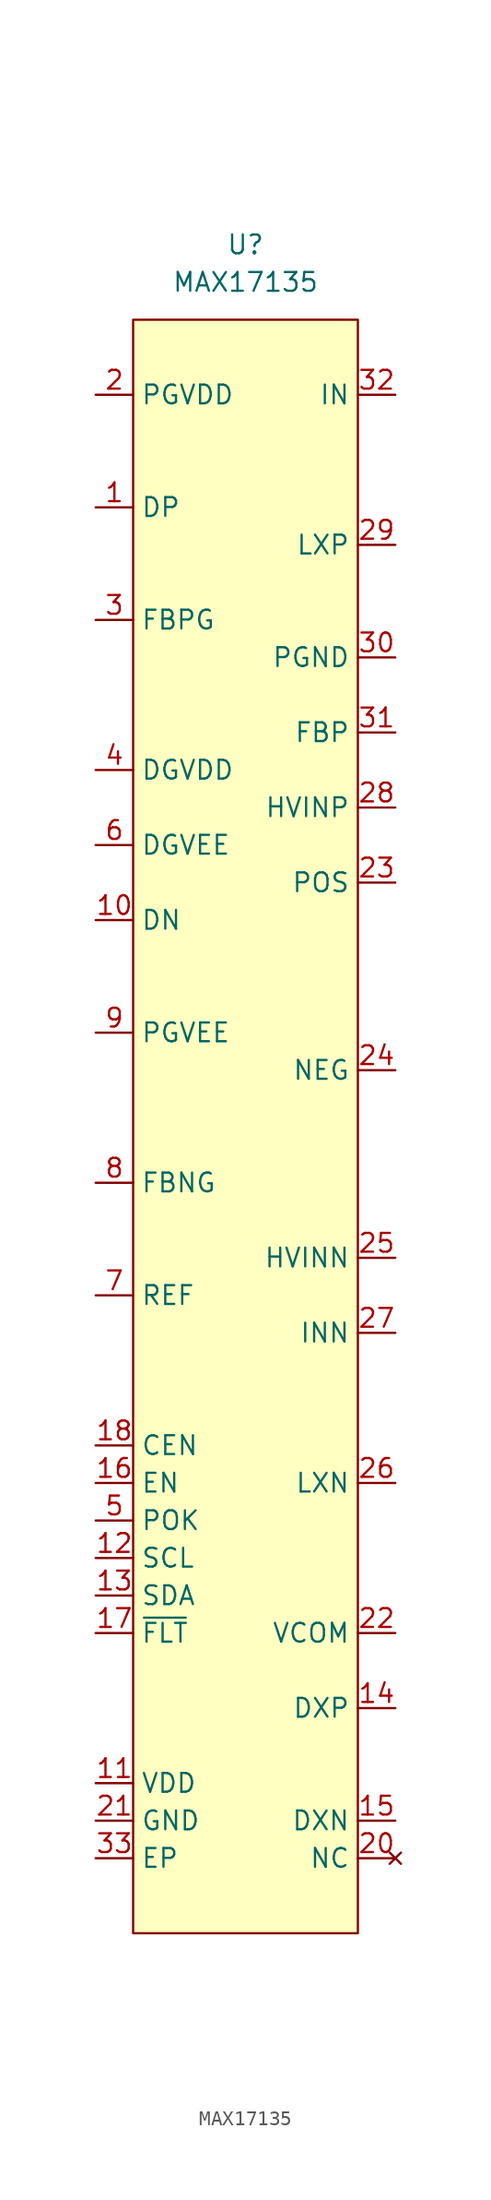
<source format=kicad_sym>
(kicad_symbol_lib
  (version 20220914)
  (generator kicad_symbol_editor)
  (symbol "MAX17135"
    (property "Reference" "U"
      (at 0 0 0)
      (effects (font (size 1.27 1.27))))
    (property "Value" "MAX17135"
      (at 0 -2.54 0)
      (effects (font (size 1.27 1.27))))
    (symbol "MAX17135_0_1"
      (rectangle (start -7.62 -5.08) (end 7.62 -114.3) (stroke (width 0.152) (type default)) (fill (type background))))
    (symbol "MAX17135_1_1"
      (pin input line (at -10.16 -17.78 0) (length 2.54) (name "DP" (effects (font (size 1.27 1.27)))) (number "1" (effects (font (size 1.27 1.27)))))
      (pin input line (at -10.16 -45.72 0) (length 2.54) (name "DN" (effects (font (size 1.27 1.27)))) (number "10" (effects (font (size 1.27 1.27)))))
      (pin input line (at -10.16 -104.14 0) (length 2.54) (name "VDD" (effects (font (size 1.27 1.27)))) (number "11" (effects (font (size 1.27 1.27)))))
      (pin input line (at -10.16 -88.9 0) (length 2.54) (name "SCL" (effects (font (size 1.27 1.27)))) (number "12" (effects (font (size 1.27 1.27)))))
      (pin input line (at -10.16 -91.44 0) (length 2.54) (name "SDA" (effects (font (size 1.27 1.27)))) (number "13" (effects (font (size 1.27 1.27)))))
      (pin input line (at 10.16 -99.06 180) (length 2.54) (name "DXP" (effects (font (size 1.27 1.27)))) (number "14" (effects (font (size 1.27 1.27)))))
      (pin input line (at 10.16 -106.68 180) (length 2.54) (name "DXN" (effects (font (size 1.27 1.27)))) (number "15" (effects (font (size 1.27 1.27)))))
      (pin input line (at -10.16 -83.82 0) (length 2.54) (name "EN" (effects (font (size 1.27 1.27)))) (number "16" (effects (font (size 1.27 1.27)))))
      (pin input line (at -10.16 -93.98 0) (length 2.54) (name "~{FLT}" (effects (font (size 1.27 1.27)))) (number "17" (effects (font (size 1.27 1.27)))))
      (pin input line (at -10.16 -81.28 0) (length 2.54) (name "CEN" (effects (font (size 1.27 1.27)))) (number "18" (effects (font (size 1.27 1.27)))))
      (pin no_connect line (at 10.16 -109.22 180) (length 2.54) hide (name "NC" (effects (font (size 1.27 1.27)))) (number "19" (effects (font (size 1.27 1.27)))))
      (pin input line (at -10.16 -10.16 0) (length 2.54) (name "PGVDD" (effects (font (size 1.27 1.27)))) (number "2" (effects (font (size 1.27 1.27)))))
      (pin no_connect line (at 10.16 -109.22 180) (length 2.54) (name "NC" (effects (font (size 1.27 1.27)))) (number "20" (effects (font (size 1.27 1.27)))))
      (pin input line (at -10.16 -106.68 0) (length 2.54) (name "GND" (effects (font (size 1.27 1.27)))) (number "21" (effects (font (size 1.27 1.27)))))
      (pin input line (at 10.16 -93.98 180) (length 2.54) (name "VCOM" (effects (font (size 1.27 1.27)))) (number "22" (effects (font (size 1.27 1.27)))))
      (pin input line (at 10.16 -43.18 180) (length 2.54) (name "POS" (effects (font (size 1.27 1.27)))) (number "23" (effects (font (size 1.27 1.27)))))
      (pin input line (at 10.16 -55.88 180) (length 2.54) (name "NEG" (effects (font (size 1.27 1.27)))) (number "24" (effects (font (size 1.27 1.27)))))
      (pin input line (at 10.16 -68.58 180) (length 2.54) (name "HVINN" (effects (font (size 1.27 1.27)))) (number "25" (effects (font (size 1.27 1.27)))))
      (pin input line (at 10.16 -83.82 180) (length 2.54) (name "LXN" (effects (font (size 1.27 1.27)))) (number "26" (effects (font (size 1.27 1.27)))))
      (pin input line (at 10.16 -73.66 180) (length 2.54) (name "INN" (effects (font (size 1.27 1.27)))) (number "27" (effects (font (size 1.27 1.27)))))
      (pin input line (at 10.16 -38.1 180) (length 2.54) (name "HVINP" (effects (font (size 1.27 1.27)))) (number "28" (effects (font (size 1.27 1.27)))))
      (pin input line (at 10.16 -20.32 180) (length 2.54) (name "LXP" (effects (font (size 1.27 1.27)))) (number "29" (effects (font (size 1.27 1.27)))))
      (pin input line (at -10.16 -25.4 0) (length 2.54) (name "FBPG" (effects (font (size 1.27 1.27)))) (number "3" (effects (font (size 1.27 1.27)))))
      (pin input line (at 10.16 -27.94 180) (length 2.54) (name "PGND" (effects (font (size 1.27 1.27)))) (number "30" (effects (font (size 1.27 1.27)))))
      (pin input line (at 10.16 -33.02 180) (length 2.54) (name "FBP" (effects (font (size 1.27 1.27)))) (number "31" (effects (font (size 1.27 1.27)))))
      (pin input line (at 10.16 -10.16 180) (length 2.54) (name "IN" (effects (font (size 1.27 1.27)))) (number "32" (effects (font (size 1.27 1.27)))))
      (pin input line (at -10.16 -109.22 0) (length 2.54) (name "EP" (effects (font (size 1.27 1.27)))) (number "33" (effects (font (size 1.27 1.27)))))
      (pin input line (at -10.16 -35.56 0) (length 2.54) (name "DGVDD" (effects (font (size 1.27 1.27)))) (number "4" (effects (font (size 1.27 1.27)))))
      (pin input line (at -10.16 -86.36 0) (length 2.54) (name "POK" (effects (font (size 1.27 1.27)))) (number "5" (effects (font (size 1.27 1.27)))))
      (pin input line (at -10.16 -40.64 0) (length 2.54) (name "DGVEE" (effects (font (size 1.27 1.27)))) (number "6" (effects (font (size 1.27 1.27)))))
      (pin input line (at -10.16 -71.12 0) (length 2.54) (name "REF" (effects (font (size 1.27 1.27)))) (number "7" (effects (font (size 1.27 1.27)))))
      (pin input line (at -10.16 -63.5 0) (length 2.54) (name "FBNG" (effects (font (size 1.27 1.27)))) (number "8" (effects (font (size 1.27 1.27)))))
      (pin input line (at -10.16 -53.34 0) (length 2.54) (name "PGVEE" (effects (font (size 1.27 1.27)))) (number "9" (effects (font (size 1.27 1.27))))))))
</source>
